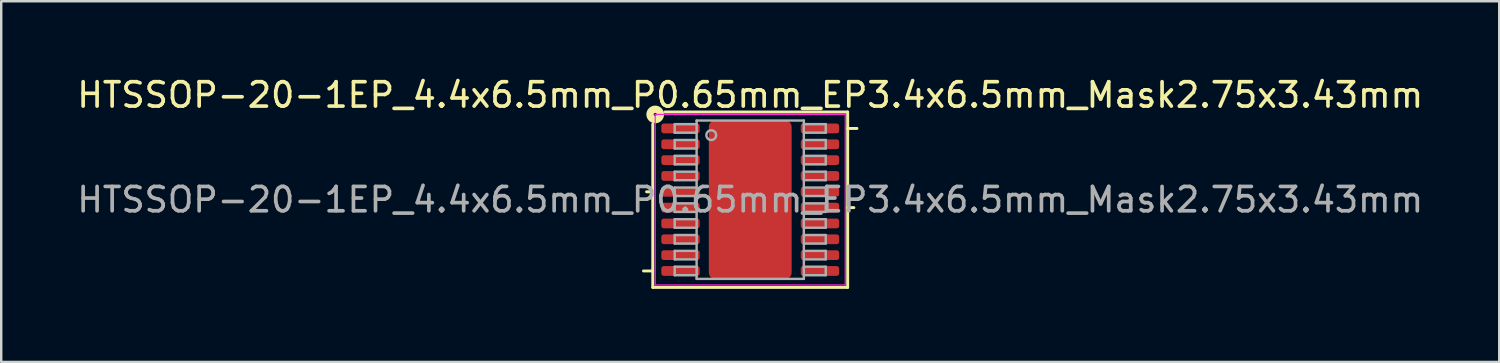
<source format=kicad_pcb>
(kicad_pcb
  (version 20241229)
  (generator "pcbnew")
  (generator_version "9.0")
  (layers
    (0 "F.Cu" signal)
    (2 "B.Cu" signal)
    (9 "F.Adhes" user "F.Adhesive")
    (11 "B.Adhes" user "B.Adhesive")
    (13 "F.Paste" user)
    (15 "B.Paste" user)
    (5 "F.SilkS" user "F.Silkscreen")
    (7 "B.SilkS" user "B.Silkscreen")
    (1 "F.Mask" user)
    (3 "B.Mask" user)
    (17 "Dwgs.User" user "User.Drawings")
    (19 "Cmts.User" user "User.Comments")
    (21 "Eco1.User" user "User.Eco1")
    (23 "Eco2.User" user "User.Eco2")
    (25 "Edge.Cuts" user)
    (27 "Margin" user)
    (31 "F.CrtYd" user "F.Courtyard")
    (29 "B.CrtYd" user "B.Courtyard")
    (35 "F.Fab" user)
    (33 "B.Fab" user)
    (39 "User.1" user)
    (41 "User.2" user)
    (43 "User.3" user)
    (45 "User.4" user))
  (footprint "HTSSOP-20-1EP_4.4x6.5mm_P0.65mm_EP3.4x6.5mm_Mask2.75x3.43mm"
    (layer "F.Cu")
    (at 27.744 5.147)
    (property "Reference" "HTSSOP-20-1EP_4.4x6.5mm_P0.65mm_EP3.4x6.5mm_Mask2.75x3.43mm" (at 0 -4.298 0) (layer "F.SilkS") (effects (font (size 1 1) (thickness 0.15))))
    (attr smd)
    (fp_line (start -4 -0.325) (end -4.254 -0.325) (stroke (width 0.12) (type solid)) (layer "F.SilkS"))
    (fp_line (start -4 2.925) (end -4.381 2.925) (stroke (width 0.12) (type solid)) (layer "F.SilkS"))
    (fp_line (start -4 3.6) (end -4 -3.1) (stroke (width 0.12) (type solid)) (layer "F.SilkS"))
    (fp_line (start -3.5 -3.6) (end 4 -3.6) (stroke (width 0.12) (type solid)) (layer "F.SilkS"))
    (fp_line (start 4 -3.6) (end 4 3.6) (stroke (width 0.12) (type solid)) (layer "F.SilkS"))
    (fp_line (start 4 -2.925) (end 4.381 -2.925) (stroke (width 0.12) (type solid)) (layer "F.SilkS"))
    (fp_line (start 4 0.325) (end 4.254 0.325) (stroke (width 0.12) (type solid)) (layer "F.SilkS"))
    (fp_line (start 4 3.6) (end -4 3.6) (stroke (width 0.12) (type solid)) (layer "F.SilkS"))
    (fp_circle (center -3.9 -3.5) (end -3.837 -3.5) (stroke (width 0.3) (type solid)) (fill no) (layer "F.SilkS"))
    (fp_line (start -3.9 -3.5) (end -3.9 3.5) (stroke (width 0.05) (type solid)) (layer "F.CrtYd"))
    (fp_line (start -3.9 3.5) (end 3.9 3.5) (stroke (width 0.05) (type solid)) (layer "F.CrtYd"))
    (fp_line (start 3.9 -3.5) (end -3.9 -3.5) (stroke (width 0.05) (type solid)) (layer "F.CrtYd"))
    (fp_line (start 3.9 3.5) (end 3.9 -3.5) (stroke (width 0.05) (type solid)) (layer "F.CrtYd"))
    (fp_line (start -3.1 -3.1) (end -3.1 -2.75) (stroke (width 0.1) (type solid)) (layer "F.Fab"))
    (fp_line (start -3.1 -3.1) (end -2.2 -3.1) (stroke (width 0.1) (type solid)) (layer "F.Fab"))
    (fp_line (start -3.1 -2.75) (end -2.2 -2.75) (stroke (width 0.1) (type solid)) (layer "F.Fab"))
    (fp_line (start -3.1 -2.45) (end -3.1 -2.1) (stroke (width 0.1) (type solid)) (layer "F.Fab"))
    (fp_line (start -3.1 -2.45) (end -2.2 -2.45) (stroke (width 0.1) (type solid)) (layer "F.Fab"))
    (fp_line (start -3.1 -2.1) (end -2.2 -2.1) (stroke (width 0.1) (type solid)) (layer "F.Fab"))
    (fp_line (start -3.1 -1.8) (end -3.1 -1.45) (stroke (width 0.1) (type solid)) (layer "F.Fab"))
    (fp_line (start -3.1 -1.8) (end -2.2 -1.8) (stroke (width 0.1) (type solid)) (layer "F.Fab"))
    (fp_line (start -3.1 -1.45) (end -2.2 -1.45) (stroke (width 0.1) (type solid)) (layer "F.Fab"))
    (fp_line (start -3.1 -1.15) (end -3.1 -0.8) (stroke (width 0.1) (type solid)) (layer "F.Fab"))
    (fp_line (start -3.1 -1.15) (end -2.2 -1.15) (stroke (width 0.1) (type solid)) (layer "F.Fab"))
    (fp_line (start -3.1 -0.8) (end -2.2 -0.8) (stroke (width 0.1) (type solid)) (layer "F.Fab"))
    (fp_line (start -3.1 -0.5) (end -3.1 -0.15) (stroke (width 0.1) (type solid)) (layer "F.Fab"))
    (fp_line (start -3.1 -0.5) (end -2.2 -0.5) (stroke (width 0.1) (type solid)) (layer "F.Fab"))
    (fp_line (start -3.1 -0.15) (end -2.2 -0.15) (stroke (width 0.1) (type solid)) (layer "F.Fab"))
    (fp_line (start -3.1 0.15) (end -3.1 0.5) (stroke (width 0.1) (type solid)) (layer "F.Fab"))
    (fp_line (start -3.1 0.15) (end -2.2 0.15) (stroke (width 0.1) (type solid)) (layer "F.Fab"))
    (fp_line (start -3.1 0.5) (end -2.2 0.5) (stroke (width 0.1) (type solid)) (layer "F.Fab"))
    (fp_line (start -3.1 0.8) (end -3.1 1.15) (stroke (width 0.1) (type solid)) (layer "F.Fab"))
    (fp_line (start -3.1 0.8) (end -2.2 0.8) (stroke (width 0.1) (type solid)) (layer "F.Fab"))
    (fp_line (start -3.1 1.15) (end -2.2 1.15) (stroke (width 0.1) (type solid)) (layer "F.Fab"))
    (fp_line (start -3.1 1.45) (end -3.1 1.8) (stroke (width 0.1) (type solid)) (layer "F.Fab"))
    (fp_line (start -3.1 1.45) (end -2.2 1.45) (stroke (width 0.1) (type solid)) (layer "F.Fab"))
    (fp_line (start -3.1 1.8) (end -2.2 1.8) (stroke (width 0.1) (type solid)) (layer "F.Fab"))
    (fp_line (start -3.1 2.1) (end -3.1 2.45) (stroke (width 0.1) (type solid)) (layer "F.Fab"))
    (fp_line (start -3.1 2.1) (end -2.2 2.1) (stroke (width 0.1) (type solid)) (layer "F.Fab"))
    (fp_line (start -3.1 2.45) (end -2.2 2.45) (stroke (width 0.1) (type solid)) (layer "F.Fab"))
    (fp_line (start -3.1 2.75) (end -3.1 3.1) (stroke (width 0.1) (type solid)) (layer "F.Fab"))
    (fp_line (start -3.1 2.75) (end -2.2 2.75) (stroke (width 0.1) (type solid)) (layer "F.Fab"))
    (fp_line (start -3.1 3.1) (end -2.2 3.1) (stroke (width 0.1) (type solid)) (layer "F.Fab"))
    (fp_line (start -2.2 -3.25) (end 2.2 -3.25) (stroke (width 0.1) (type solid)) (layer "F.Fab"))
    (fp_line (start -2.2 3.25) (end -2.2 -3.25) (stroke (width 0.1) (type solid)) (layer "F.Fab"))
    (fp_line (start 2.2 -3.25) (end 2.2 3.25) (stroke (width 0.1) (type solid)) (layer "F.Fab"))
    (fp_line (start 2.2 3.25) (end -2.2 3.25) (stroke (width 0.1) (type solid)) (layer "F.Fab"))
    (fp_line (start 3.1 -3.1) (end 2.2 -3.1) (stroke (width 0.1) (type solid)) (layer "F.Fab"))
    (fp_line (start 3.1 -2.75) (end 2.2 -2.75) (stroke (width 0.1) (type solid)) (layer "F.Fab"))
    (fp_line (start 3.1 -2.75) (end 3.1 -3.1) (stroke (width 0.1) (type solid)) (layer "F.Fab"))
    (fp_line (start 3.1 -2.45) (end 2.2 -2.45) (stroke (width 0.1) (type solid)) (layer "F.Fab"))
    (fp_line (start 3.1 -2.1) (end 2.2 -2.1) (stroke (width 0.1) (type solid)) (layer "F.Fab"))
    (fp_line (start 3.1 -2.1) (end 3.1 -2.45) (stroke (width 0.1) (type solid)) (layer "F.Fab"))
    (fp_line (start 3.1 -1.8) (end 2.2 -1.8) (stroke (width 0.1) (type solid)) (layer "F.Fab"))
    (fp_line (start 3.1 -1.45) (end 2.2 -1.45) (stroke (width 0.1) (type solid)) (layer "F.Fab"))
    (fp_line (start 3.1 -1.45) (end 3.1 -1.8) (stroke (width 0.1) (type solid)) (layer "F.Fab"))
    (fp_line (start 3.1 -1.15) (end 2.2 -1.15) (stroke (width 0.1) (type solid)) (layer "F.Fab"))
    (fp_line (start 3.1 -0.8) (end 2.2 -0.8) (stroke (width 0.1) (type solid)) (layer "F.Fab"))
    (fp_line (start 3.1 -0.8) (end 3.1 -1.15) (stroke (width 0.1) (type solid)) (layer "F.Fab"))
    (fp_line (start 3.1 -0.5) (end 2.2 -0.5) (stroke (width 0.1) (type solid)) (layer "F.Fab"))
    (fp_line (start 3.1 -0.15) (end 2.2 -0.15) (stroke (width 0.1) (type solid)) (layer "F.Fab"))
    (fp_line (start 3.1 -0.15) (end 3.1 -0.5) (stroke (width 0.1) (type solid)) (layer "F.Fab"))
    (fp_line (start 3.1 0.15) (end 2.2 0.15) (stroke (width 0.1) (type solid)) (layer "F.Fab"))
    (fp_line (start 3.1 0.5) (end 2.2 0.5) (stroke (width 0.1) (type solid)) (layer "F.Fab"))
    (fp_line (start 3.1 0.5) (end 3.1 0.15) (stroke (width 0.1) (type solid)) (layer "F.Fab"))
    (fp_line (start 3.1 0.8) (end 2.2 0.8) (stroke (width 0.1) (type solid)) (layer "F.Fab"))
    (fp_line (start 3.1 1.15) (end 2.2 1.15) (stroke (width 0.1) (type solid)) (layer "F.Fab"))
    (fp_line (start 3.1 1.15) (end 3.1 0.8) (stroke (width 0.1) (type solid)) (layer "F.Fab"))
    (fp_line (start 3.1 1.45) (end 2.2 1.45) (stroke (width 0.1) (type solid)) (layer "F.Fab"))
    (fp_line (start 3.1 1.8) (end 2.2 1.8) (stroke (width 0.1) (type solid)) (layer "F.Fab"))
    (fp_line (start 3.1 1.8) (end 3.1 1.45) (stroke (width 0.1) (type solid)) (layer "F.Fab"))
    (fp_line (start 3.1 2.1) (end 2.2 2.1) (stroke (width 0.1) (type solid)) (layer "F.Fab"))
    (fp_line (start 3.1 2.45) (end 2.2 2.45) (stroke (width 0.1) (type solid)) (layer "F.Fab"))
    (fp_line (start 3.1 2.45) (end 3.1 2.1) (stroke (width 0.1) (type solid)) (layer "F.Fab"))
    (fp_line (start 3.1 2.75) (end 2.2 2.75) (stroke (width 0.1) (type solid)) (layer "F.Fab"))
    (fp_line (start 3.1 3.1) (end 2.2 3.1) (stroke (width 0.1) (type solid)) (layer "F.Fab"))
    (fp_line (start 3.1 3.1) (end 3.1 2.75) (stroke (width 0.1) (type solid)) (layer "F.Fab"))
    (fp_circle (center -1.6 -2.65) (end -1.4 -2.65) (stroke (width 0.1) (type solid)) (fill no) (layer "F.Fab"))
    (fp_text user "${REFERENCE}" (at 0 0 0) (layer "F.Fab") (effects (font (size 1 1) (thickness 0.15))))
    (pad "" smd roundrect (at -0.69 -0.86) (size 1.11 1.38) (layers "F.Paste") (roundrect_rratio 0.225))
    (pad "" smd roundrect (at -0.69 0.86) (size 1.11 1.38) (layers "F.Paste") (roundrect_rratio 0.225))
    (pad "" smd roundrect (at 0 0) (size 2.75 3.43) (layers "F.Mask") (roundrect_rratio 0.091))
    (pad "" smd roundrect (at 0.69 -0.86) (size 1.11 1.38) (layers "F.Paste") (roundrect_rratio 0.225))
    (pad "" smd roundrect (at 0.69 0.86) (size 1.11 1.38) (layers "F.Paste") (roundrect_rratio 0.225))
    (pad "1" smd roundrect (at -2.862 -2.925) (size 1.575 0.4) (layers "F.Cu" "F.Mask" "F.Paste") (roundrect_rratio 0.25))
    (pad "2" smd roundrect (at -2.862 -2.275) (size 1.575 0.4) (layers "F.Cu" "F.Mask" "F.Paste") (roundrect_rratio 0.25))
    (pad "3" smd roundrect (at -2.862 -1.625) (size 1.575 0.4) (layers "F.Cu" "F.Mask" "F.Paste") (roundrect_rratio 0.25))
    (pad "4" smd roundrect (at -2.862 -0.975) (size 1.575 0.4) (layers "F.Cu" "F.Mask" "F.Paste") (roundrect_rratio 0.25))
    (pad "5" smd roundrect (at -2.862 -0.325) (size 1.575 0.4) (layers "F.Cu" "F.Mask" "F.Paste") (roundrect_rratio 0.25))
    (pad "6" smd roundrect (at -2.862 0.325) (size 1.575 0.4) (layers "F.Cu" "F.Mask" "F.Paste") (roundrect_rratio 0.25))
    (pad "7" smd roundrect (at -2.862 0.975) (size 1.575 0.4) (layers "F.Cu" "F.Mask" "F.Paste") (roundrect_rratio 0.25))
    (pad "8" smd roundrect (at -2.862 1.625) (size 1.575 0.4) (layers "F.Cu" "F.Mask" "F.Paste") (roundrect_rratio 0.25))
    (pad "9" smd roundrect (at -2.862 2.275) (size 1.575 0.4) (layers "F.Cu" "F.Mask" "F.Paste") (roundrect_rratio 0.25))
    (pad "10" smd roundrect (at -2.862 2.925) (size 1.575 0.4) (layers "F.Cu" "F.Mask" "F.Paste") (roundrect_rratio 0.25))
    (pad "11" smd roundrect (at 2.862 2.925) (size 1.575 0.4) (layers "F.Cu" "F.Mask" "F.Paste") (roundrect_rratio 0.25))
    (pad "12" smd roundrect (at 2.862 2.275) (size 1.575 0.4) (layers "F.Cu" "F.Mask" "F.Paste") (roundrect_rratio 0.25))
    (pad "13" smd roundrect (at 2.862 1.625) (size 1.575 0.4) (layers "F.Cu" "F.Mask" "F.Paste") (roundrect_rratio 0.25))
    (pad "14" smd roundrect (at 2.862 0.975) (size 1.575 0.4) (layers "F.Cu" "F.Mask" "F.Paste") (roundrect_rratio 0.25))
    (pad "15" smd roundrect (at 2.862 0.325) (size 1.575 0.4) (layers "F.Cu" "F.Mask" "F.Paste") (roundrect_rratio 0.25))
    (pad "16" smd roundrect (at 2.862 -0.325) (size 1.575 0.4) (layers "F.Cu" "F.Mask" "F.Paste") (roundrect_rratio 0.25))
    (pad "17" smd roundrect (at 2.862 -0.975) (size 1.575 0.4) (layers "F.Cu" "F.Mask" "F.Paste") (roundrect_rratio 0.25))
    (pad "18" smd roundrect (at 2.862 -1.625) (size 1.575 0.4) (layers "F.Cu" "F.Mask" "F.Paste") (roundrect_rratio 0.25))
    (pad "19" smd roundrect (at 2.862 -2.275) (size 1.575 0.4) (layers "F.Cu" "F.Mask" "F.Paste") (roundrect_rratio 0.25))
    (pad "20" smd roundrect (at 2.862 -2.925) (size 1.575 0.4) (layers "F.Cu" "F.Mask" "F.Paste") (roundrect_rratio 0.25))
    (pad "21" smd roundrect (at 0 0) (size 3.4 6.5) (layers "F.Cu") (roundrect_rratio 0.074)))
  (gr_rect
    (start -3 -3)
    (end 58.488 11.807)
    (stroke (width 0.1) (type default))
    (fill no)
    (layer "Edge.Cuts")))
</source>
